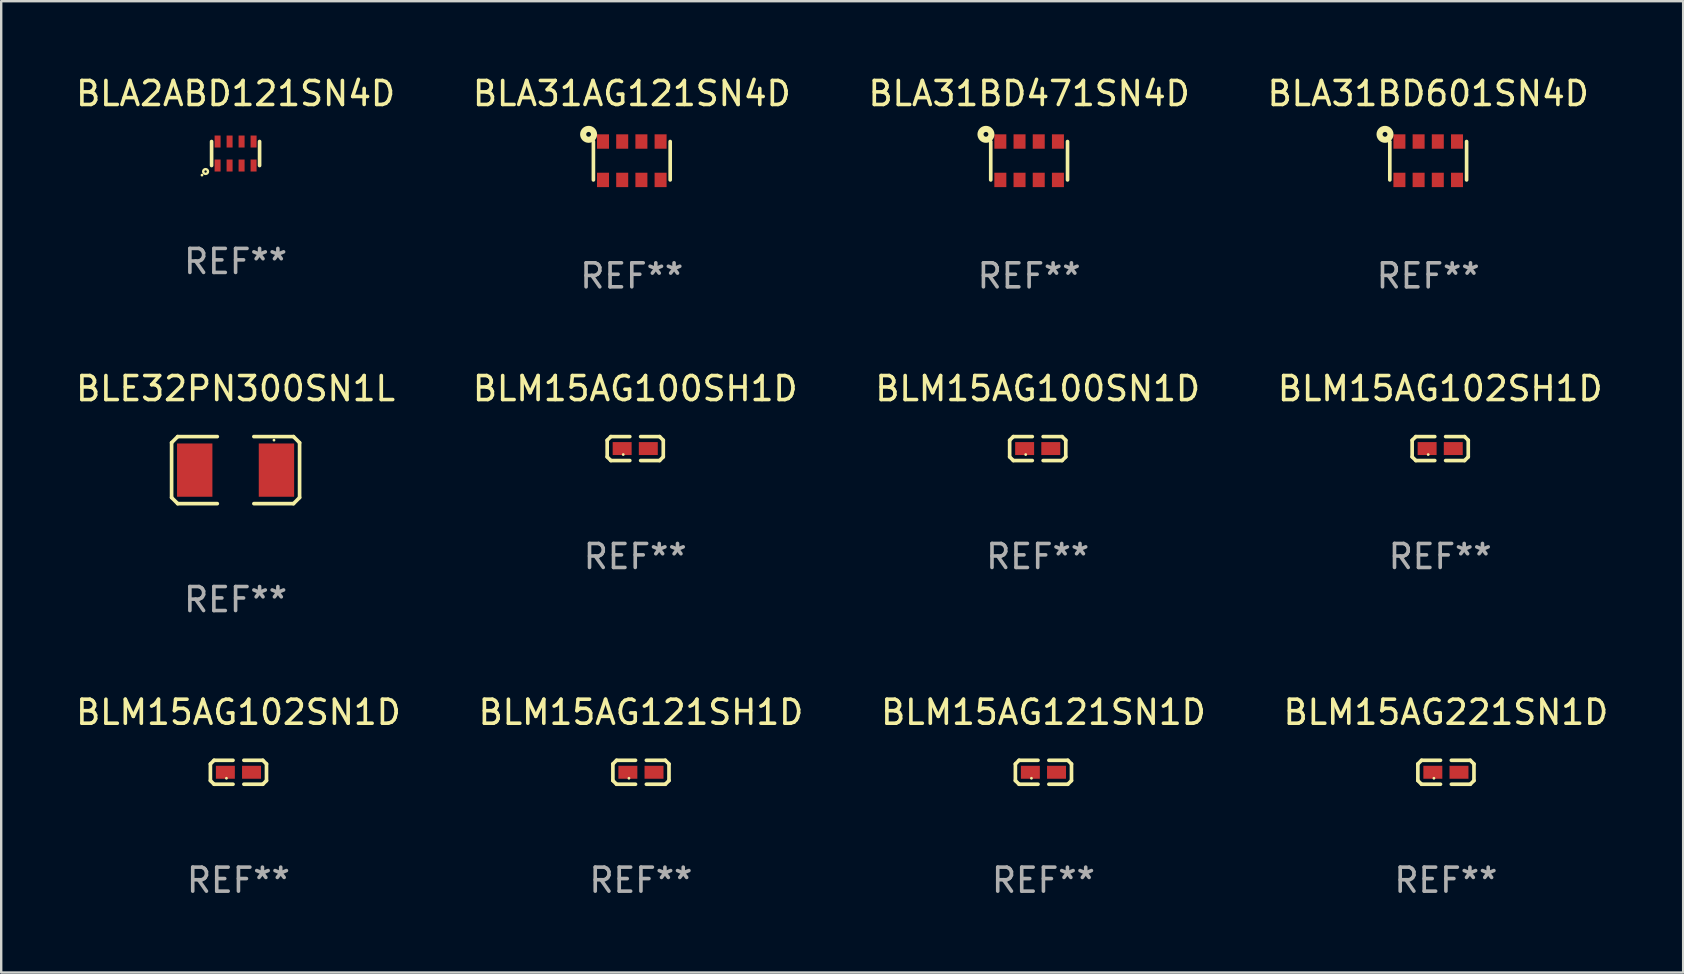
<source format=kicad_pcb>
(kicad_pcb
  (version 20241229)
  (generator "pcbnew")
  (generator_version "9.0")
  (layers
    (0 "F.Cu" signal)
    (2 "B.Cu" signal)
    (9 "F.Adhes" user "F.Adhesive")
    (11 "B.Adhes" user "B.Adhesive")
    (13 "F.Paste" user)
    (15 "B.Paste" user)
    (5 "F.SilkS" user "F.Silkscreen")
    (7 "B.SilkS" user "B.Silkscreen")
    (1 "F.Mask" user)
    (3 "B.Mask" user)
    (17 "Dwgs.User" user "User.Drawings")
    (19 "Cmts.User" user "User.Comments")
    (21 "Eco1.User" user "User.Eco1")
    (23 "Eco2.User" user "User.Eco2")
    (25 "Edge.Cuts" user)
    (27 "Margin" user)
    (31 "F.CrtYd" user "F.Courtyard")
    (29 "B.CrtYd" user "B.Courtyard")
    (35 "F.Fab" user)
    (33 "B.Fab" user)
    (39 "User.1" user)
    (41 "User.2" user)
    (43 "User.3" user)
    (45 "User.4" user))
  (footprint "BLE32PN300SN1L"
    (layer "F.Cu")
    (at 6.768 16.542)
    (property "Reference" "BLE32PN300SN1L" (at 0 -3.397 0) (layer "F.SilkS") (effects (font (size 1 1) (thickness 0.15))))
    (attr through_hole)
    (fp_line (start -2.667 -1.143) (end -2.413 -1.397) (stroke (width 0.152) (type solid)) (layer "F.SilkS"))
    (fp_line (start -2.667 1.143) (end -2.667 -1.143) (stroke (width 0.152) (type solid)) (layer "F.SilkS"))
    (fp_line (start -2.413 -1.397) (end -0.762 -1.397) (stroke (width 0.152) (type solid)) (layer "F.SilkS"))
    (fp_line (start -2.413 1.397) (end -2.667 1.143) (stroke (width 0.152) (type solid)) (layer "F.SilkS"))
    (fp_line (start -0.762 1.397) (end -2.413 1.397) (stroke (width 0.152) (type solid)) (layer "F.SilkS"))
    (fp_line (start 0.762 -1.397) (end 2.413 -1.397) (stroke (width 0.152) (type solid)) (layer "F.SilkS"))
    (fp_line (start 2.413 -1.397) (end 2.667 -1.143) (stroke (width 0.152) (type solid)) (layer "F.SilkS"))
    (fp_line (start 2.413 1.397) (end 0.762 1.397) (stroke (width 0.152) (type solid)) (layer "F.SilkS"))
    (fp_line (start 2.667 -1.143) (end 2.667 1.143) (stroke (width 0.152) (type solid)) (layer "F.SilkS"))
    (fp_line (start 2.667 1.143) (end 2.413 1.397) (stroke (width 0.152) (type solid)) (layer "F.SilkS"))
    (fp_circle (center 1.6 -1.25) (end 1.63 -1.25) (stroke (width 0.06) (type solid)) (fill no) (layer "F.SilkS"))
    (fp_text user "REF**" (at 0 5.397 0) (layer "F.Fab") (effects (font (size 1 1) (thickness 0.15))))
    (pad "1" smd rect (at 1.703 0) (size 1.474 2.22) (layers "F.Cu" "F.Mask" "F.Paste"))
    (pad "2" smd rect (at -1.703 0) (size 1.474 2.22) (layers "F.Cu" "F.Mask" "F.Paste")))
  (footprint "BLM15AG102SN1D"
    (layer "F.Cu")
    (at 6.887 29.134)
    (property "Reference" "BLM15AG102SN1D" (at 0 -2.499 0) (layer "F.SilkS") (effects (font (size 1 1) (thickness 0.15))))
    (attr through_hole)
    (fp_line (start -1.169 -0.346) (end -1.016 -0.499) (stroke (width 0.152) (type solid)) (layer "F.SilkS"))
    (fp_line (start -1.169 0.346) (end -1.169 -0.346) (stroke (width 0.152) (type solid)) (layer "F.SilkS"))
    (fp_line (start -1.016 -0.499) (end -0.226 -0.499) (stroke (width 0.152) (type solid)) (layer "F.SilkS"))
    (fp_line (start -1.016 0.499) (end -1.169 0.346) (stroke (width 0.152) (type solid)) (layer "F.SilkS"))
    (fp_line (start -0.226 0.499) (end -1.016 0.499) (stroke (width 0.152) (type solid)) (layer "F.SilkS"))
    (fp_line (start 0.226 0.499) (end 1.016 0.499) (stroke (width 0.152) (type solid)) (layer "F.SilkS"))
    (fp_line (start 1.016 -0.499) (end 0.226 -0.499) (stroke (width 0.152) (type solid)) (layer "F.SilkS"))
    (fp_line (start 1.016 0.499) (end 1.169 0.346) (stroke (width 0.152) (type solid)) (layer "F.SilkS"))
    (fp_line (start 1.169 -0.346) (end 1.016 -0.499) (stroke (width 0.152) (type solid)) (layer "F.SilkS"))
    (fp_line (start 1.169 0.346) (end 1.169 -0.346) (stroke (width 0.152) (type solid)) (layer "F.SilkS"))
    (fp_circle (center -0.5 0.25) (end -0.47 0.25) (stroke (width 0.06) (type solid)) (fill no) (layer "F.SilkS"))
    (fp_text user "REF**" (at 0 4.499 0) (layer "F.Fab") (effects (font (size 1 1) (thickness 0.15))))
    (pad "1" smd rect (at -0.545 0) (size 0.79 0.54) (layers "F.Cu" "F.Mask" "F.Paste"))
    (pad "2" smd rect (at 0.545 0) (size 0.79 0.54) (layers "F.Cu" "F.Mask" "F.Paste")))
  (footprint "BLA31BD601SN4D"
    (layer "F.Cu")
    (at 56.47 3.648)
    (property "Reference" "BLA31BD601SN4D" (at 0 -2.8 0) (layer "F.SilkS") (effects (font (size 1 1) (thickness 0.15))))
    (attr through_hole)
    (fp_line (start -1.6 -0.8) (end -1.6 0.8) (stroke (width 0.152) (type solid)) (layer "F.SilkS"))
    (fp_line (start 1.6 -0.8) (end 1.6 0.8) (stroke (width 0.152) (type solid)) (layer "F.SilkS"))
    (fp_circle (center -1.8 -1.1) (end -1.7 -1.1) (stroke (width 0.254) (type solid)) (fill no) (layer "F.SilkS"))
    (fp_circle (center -1.6 -0.8) (end -1.57 -0.8) (stroke (width 0.06) (type solid)) (fill no) (layer "F.SilkS"))
    (fp_text user "REF**" (at 0 4.8 0) (layer "F.Fab") (effects (font (size 1 1) (thickness 0.15))))
    (pad "1" smd rect (at -1.2 -0.8) (size 0.5 0.6) (layers "F.Cu" "F.Mask" "F.Paste"))
    (pad "2" smd rect (at -0.4 -0.8) (size 0.5 0.6) (layers "F.Cu" "F.Mask" "F.Paste"))
    (pad "3" smd rect (at 0.4 -0.8) (size 0.5 0.6) (layers "F.Cu" "F.Mask" "F.Paste"))
    (pad "4" smd rect (at 1.2 -0.8) (size 0.5 0.6) (layers "F.Cu" "F.Mask" "F.Paste"))
    (pad "5" smd rect (at -1.2 0.8) (size 0.5 0.6) (layers "F.Cu" "F.Mask" "F.Paste"))
    (pad "6" smd rect (at -0.4 0.8) (size 0.5 0.6) (layers "F.Cu" "F.Mask" "F.Paste"))
    (pad "7" smd rect (at 0.4 0.8) (size 0.5 0.6) (layers "F.Cu" "F.Mask" "F.Paste"))
    (pad "8" smd rect (at 1.2 0.8) (size 0.5 0.6) (layers "F.Cu" "F.Mask" "F.Paste")))
  (footprint "BLM15AG121SH1D"
    (layer "F.Cu")
    (at 23.661 29.134)
    (property "Reference" "BLM15AG121SH1D" (at 0 -2.499 0) (layer "F.SilkS") (effects (font (size 1 1) (thickness 0.15))))
    (attr through_hole)
    (fp_line (start -1.169 -0.346) (end -1.016 -0.499) (stroke (width 0.152) (type solid)) (layer "F.SilkS"))
    (fp_line (start -1.169 0.346) (end -1.169 -0.346) (stroke (width 0.152) (type solid)) (layer "F.SilkS"))
    (fp_line (start -1.016 -0.499) (end -0.226 -0.499) (stroke (width 0.152) (type solid)) (layer "F.SilkS"))
    (fp_line (start -1.016 0.499) (end -1.169 0.346) (stroke (width 0.152) (type solid)) (layer "F.SilkS"))
    (fp_line (start -0.226 0.499) (end -1.016 0.499) (stroke (width 0.152) (type solid)) (layer "F.SilkS"))
    (fp_line (start 0.226 0.499) (end 1.016 0.499) (stroke (width 0.152) (type solid)) (layer "F.SilkS"))
    (fp_line (start 1.016 -0.499) (end 0.226 -0.499) (stroke (width 0.152) (type solid)) (layer "F.SilkS"))
    (fp_line (start 1.016 0.499) (end 1.169 0.346) (stroke (width 0.152) (type solid)) (layer "F.SilkS"))
    (fp_line (start 1.169 -0.346) (end 1.016 -0.499) (stroke (width 0.152) (type solid)) (layer "F.SilkS"))
    (fp_line (start 1.169 0.346) (end 1.169 -0.346) (stroke (width 0.152) (type solid)) (layer "F.SilkS"))
    (fp_circle (center -0.5 0.25) (end -0.47 0.25) (stroke (width 0.06) (type solid)) (fill no) (layer "F.SilkS"))
    (fp_text user "REF**" (at 0 4.499 0) (layer "F.Fab") (effects (font (size 1 1) (thickness 0.15))))
    (pad "1" smd rect (at -0.545 0) (size 0.79 0.54) (layers "F.Cu" "F.Mask" "F.Paste"))
    (pad "2" smd rect (at 0.545 0) (size 0.79 0.54) (layers "F.Cu" "F.Mask" "F.Paste")))
  (footprint "BLA31AG121SN4D"
    (layer "F.Cu")
    (at 23.28 3.648)
    (property "Reference" "BLA31AG121SN4D" (at 0 -2.8 0) (layer "F.SilkS") (effects (font (size 1 1) (thickness 0.15))))
    (attr through_hole)
    (fp_line (start -1.6 -0.8) (end -1.6 0.8) (stroke (width 0.152) (type solid)) (layer "F.SilkS"))
    (fp_line (start 1.6 -0.8) (end 1.6 0.8) (stroke (width 0.152) (type solid)) (layer "F.SilkS"))
    (fp_circle (center -1.8 -1.1) (end -1.7 -1.1) (stroke (width 0.254) (type solid)) (fill no) (layer "F.SilkS"))
    (fp_circle (center -1.6 -0.8) (end -1.57 -0.8) (stroke (width 0.06) (type solid)) (fill no) (layer "F.SilkS"))
    (fp_text user "REF**" (at 0 4.8 0) (layer "F.Fab") (effects (font (size 1 1) (thickness 0.15))))
    (pad "1" smd rect (at -1.2 -0.8) (size 0.5 0.6) (layers "F.Cu" "F.Mask" "F.Paste"))
    (pad "2" smd rect (at -0.4 -0.8) (size 0.5 0.6) (layers "F.Cu" "F.Mask" "F.Paste"))
    (pad "3" smd rect (at 0.4 -0.8) (size 0.5 0.6) (layers "F.Cu" "F.Mask" "F.Paste"))
    (pad "4" smd rect (at 1.2 -0.8) (size 0.5 0.6) (layers "F.Cu" "F.Mask" "F.Paste"))
    (pad "5" smd rect (at -1.2 0.8) (size 0.5 0.6) (layers "F.Cu" "F.Mask" "F.Paste"))
    (pad "6" smd rect (at -0.4 0.8) (size 0.5 0.6) (layers "F.Cu" "F.Mask" "F.Paste"))
    (pad "7" smd rect (at 0.4 0.8) (size 0.5 0.6) (layers "F.Cu" "F.Mask" "F.Paste"))
    (pad "8" smd rect (at 1.2 0.8) (size 0.5 0.6) (layers "F.Cu" "F.Mask" "F.Paste")))
  (footprint "BLM15AG100SH1D"
    (layer "F.Cu")
    (at 23.423 15.644)
    (property "Reference" "BLM15AG100SH1D" (at 0 -2.499 0) (layer "F.SilkS") (effects (font (size 1 1) (thickness 0.15))))
    (attr through_hole)
    (fp_line (start -1.169 -0.346) (end -1.016 -0.499) (stroke (width 0.152) (type solid)) (layer "F.SilkS"))
    (fp_line (start -1.169 0.346) (end -1.169 -0.346) (stroke (width 0.152) (type solid)) (layer "F.SilkS"))
    (fp_line (start -1.016 -0.499) (end -0.226 -0.499) (stroke (width 0.152) (type solid)) (layer "F.SilkS"))
    (fp_line (start -1.016 0.499) (end -1.169 0.346) (stroke (width 0.152) (type solid)) (layer "F.SilkS"))
    (fp_line (start -0.226 0.499) (end -1.016 0.499) (stroke (width 0.152) (type solid)) (layer "F.SilkS"))
    (fp_line (start 0.226 0.499) (end 1.016 0.499) (stroke (width 0.152) (type solid)) (layer "F.SilkS"))
    (fp_line (start 1.016 -0.499) (end 0.226 -0.499) (stroke (width 0.152) (type solid)) (layer "F.SilkS"))
    (fp_line (start 1.016 0.499) (end 1.169 0.346) (stroke (width 0.152) (type solid)) (layer "F.SilkS"))
    (fp_line (start 1.169 -0.346) (end 1.016 -0.499) (stroke (width 0.152) (type solid)) (layer "F.SilkS"))
    (fp_line (start 1.169 0.346) (end 1.169 -0.346) (stroke (width 0.152) (type solid)) (layer "F.SilkS"))
    (fp_circle (center -0.5 0.25) (end -0.47 0.25) (stroke (width 0.06) (type solid)) (fill no) (layer "F.SilkS"))
    (fp_text user "REF**" (at 0 4.499 0) (layer "F.Fab") (effects (font (size 1 1) (thickness 0.15))))
    (pad "1" smd rect (at -0.545 0) (size 0.79 0.54) (layers "F.Cu" "F.Mask" "F.Paste"))
    (pad "2" smd rect (at 0.545 0) (size 0.79 0.54) (layers "F.Cu" "F.Mask" "F.Paste")))
  (footprint "BLM15AG221SN1D"
    (layer "F.Cu")
    (at 57.208 29.134)
    (property "Reference" "BLM15AG221SN1D" (at 0 -2.499 0) (layer "F.SilkS") (effects (font (size 1 1) (thickness 0.15))))
    (attr through_hole)
    (fp_line (start -1.169 -0.346) (end -1.016 -0.499) (stroke (width 0.152) (type solid)) (layer "F.SilkS"))
    (fp_line (start -1.169 0.346) (end -1.169 -0.346) (stroke (width 0.152) (type solid)) (layer "F.SilkS"))
    (fp_line (start -1.016 -0.499) (end -0.226 -0.499) (stroke (width 0.152) (type solid)) (layer "F.SilkS"))
    (fp_line (start -1.016 0.499) (end -1.169 0.346) (stroke (width 0.152) (type solid)) (layer "F.SilkS"))
    (fp_line (start -0.226 0.499) (end -1.016 0.499) (stroke (width 0.152) (type solid)) (layer "F.SilkS"))
    (fp_line (start 0.226 0.499) (end 1.016 0.499) (stroke (width 0.152) (type solid)) (layer "F.SilkS"))
    (fp_line (start 1.016 -0.499) (end 0.226 -0.499) (stroke (width 0.152) (type solid)) (layer "F.SilkS"))
    (fp_line (start 1.016 0.499) (end 1.169 0.346) (stroke (width 0.152) (type solid)) (layer "F.SilkS"))
    (fp_line (start 1.169 -0.346) (end 1.016 -0.499) (stroke (width 0.152) (type solid)) (layer "F.SilkS"))
    (fp_line (start 1.169 0.346) (end 1.169 -0.346) (stroke (width 0.152) (type solid)) (layer "F.SilkS"))
    (fp_circle (center -0.5 0.25) (end -0.47 0.25) (stroke (width 0.06) (type solid)) (fill no) (layer "F.SilkS"))
    (fp_text user "REF**" (at 0 4.499 0) (layer "F.Fab") (effects (font (size 1 1) (thickness 0.15))))
    (pad "1" smd rect (at -0.545 0) (size 0.79 0.54) (layers "F.Cu" "F.Mask" "F.Paste"))
    (pad "2" smd rect (at 0.545 0) (size 0.79 0.54) (layers "F.Cu" "F.Mask" "F.Paste")))
  (footprint "BLA31BD471SN4D"
    (layer "F.Cu")
    (at 39.839 3.648)
    (property "Reference" "BLA31BD471SN4D" (at 0 -2.8 0) (layer "F.SilkS") (effects (font (size 1 1) (thickness 0.15))))
    (attr through_hole)
    (fp_line (start -1.6 -0.8) (end -1.6 0.8) (stroke (width 0.152) (type solid)) (layer "F.SilkS"))
    (fp_line (start 1.6 -0.8) (end 1.6 0.8) (stroke (width 0.152) (type solid)) (layer "F.SilkS"))
    (fp_circle (center -1.8 -1.1) (end -1.7 -1.1) (stroke (width 0.254) (type solid)) (fill no) (layer "F.SilkS"))
    (fp_circle (center -1.6 -0.8) (end -1.57 -0.8) (stroke (width 0.06) (type solid)) (fill no) (layer "F.SilkS"))
    (fp_text user "REF**" (at 0 4.8 0) (layer "F.Fab") (effects (font (size 1 1) (thickness 0.15))))
    (pad "1" smd rect (at -1.2 -0.8) (size 0.5 0.6) (layers "F.Cu" "F.Mask" "F.Paste"))
    (pad "2" smd rect (at -0.4 -0.8) (size 0.5 0.6) (layers "F.Cu" "F.Mask" "F.Paste"))
    (pad "3" smd rect (at 0.4 -0.8) (size 0.5 0.6) (layers "F.Cu" "F.Mask" "F.Paste"))
    (pad "4" smd rect (at 1.2 -0.8) (size 0.5 0.6) (layers "F.Cu" "F.Mask" "F.Paste"))
    (pad "5" smd rect (at -1.2 0.8) (size 0.5 0.6) (layers "F.Cu" "F.Mask" "F.Paste"))
    (pad "6" smd rect (at -0.4 0.8) (size 0.5 0.6) (layers "F.Cu" "F.Mask" "F.Paste"))
    (pad "7" smd rect (at 0.4 0.8) (size 0.5 0.6) (layers "F.Cu" "F.Mask" "F.Paste"))
    (pad "8" smd rect (at 1.2 0.8) (size 0.5 0.6) (layers "F.Cu" "F.Mask" "F.Paste")))
  (footprint "BLM15AG102SH1D"
    (layer "F.Cu")
    (at 56.97 15.644)
    (property "Reference" "BLM15AG102SH1D" (at 0 -2.499 0) (layer "F.SilkS") (effects (font (size 1 1) (thickness 0.15))))
    (attr through_hole)
    (fp_line (start -1.169 -0.346) (end -1.016 -0.499) (stroke (width 0.152) (type solid)) (layer "F.SilkS"))
    (fp_line (start -1.169 0.346) (end -1.169 -0.346) (stroke (width 0.152) (type solid)) (layer "F.SilkS"))
    (fp_line (start -1.016 -0.499) (end -0.226 -0.499) (stroke (width 0.152) (type solid)) (layer "F.SilkS"))
    (fp_line (start -1.016 0.499) (end -1.169 0.346) (stroke (width 0.152) (type solid)) (layer "F.SilkS"))
    (fp_line (start -0.226 0.499) (end -1.016 0.499) (stroke (width 0.152) (type solid)) (layer "F.SilkS"))
    (fp_line (start 0.226 0.499) (end 1.016 0.499) (stroke (width 0.152) (type solid)) (layer "F.SilkS"))
    (fp_line (start 1.016 -0.499) (end 0.226 -0.499) (stroke (width 0.152) (type solid)) (layer "F.SilkS"))
    (fp_line (start 1.016 0.499) (end 1.169 0.346) (stroke (width 0.152) (type solid)) (layer "F.SilkS"))
    (fp_line (start 1.169 -0.346) (end 1.016 -0.499) (stroke (width 0.152) (type solid)) (layer "F.SilkS"))
    (fp_line (start 1.169 0.346) (end 1.169 -0.346) (stroke (width 0.152) (type solid)) (layer "F.SilkS"))
    (fp_circle (center -0.5 0.25) (end -0.47 0.25) (stroke (width 0.06) (type solid)) (fill no) (layer "F.SilkS"))
    (fp_text user "REF**" (at 0 4.499 0) (layer "F.Fab") (effects (font (size 1 1) (thickness 0.15))))
    (pad "1" smd rect (at -0.545 0) (size 0.79 0.54) (layers "F.Cu" "F.Mask" "F.Paste"))
    (pad "2" smd rect (at 0.545 0) (size 0.79 0.54) (layers "F.Cu" "F.Mask" "F.Paste")))
  (footprint "BLM15AG100SN1D"
    (layer "F.Cu")
    (at 40.196 15.644)
    (property "Reference" "BLM15AG100SN1D" (at 0 -2.499 0) (layer "F.SilkS") (effects (font (size 1 1) (thickness 0.15))))
    (attr through_hole)
    (fp_line (start -1.169 -0.346) (end -1.016 -0.499) (stroke (width 0.152) (type solid)) (layer "F.SilkS"))
    (fp_line (start -1.169 0.346) (end -1.169 -0.346) (stroke (width 0.152) (type solid)) (layer "F.SilkS"))
    (fp_line (start -1.016 -0.499) (end -0.226 -0.499) (stroke (width 0.152) (type solid)) (layer "F.SilkS"))
    (fp_line (start -1.016 0.499) (end -1.169 0.346) (stroke (width 0.152) (type solid)) (layer "F.SilkS"))
    (fp_line (start -0.226 0.499) (end -1.016 0.499) (stroke (width 0.152) (type solid)) (layer "F.SilkS"))
    (fp_line (start 0.226 0.499) (end 1.016 0.499) (stroke (width 0.152) (type solid)) (layer "F.SilkS"))
    (fp_line (start 1.016 -0.499) (end 0.226 -0.499) (stroke (width 0.152) (type solid)) (layer "F.SilkS"))
    (fp_line (start 1.016 0.499) (end 1.169 0.346) (stroke (width 0.152) (type solid)) (layer "F.SilkS"))
    (fp_line (start 1.169 -0.346) (end 1.016 -0.499) (stroke (width 0.152) (type solid)) (layer "F.SilkS"))
    (fp_line (start 1.169 0.346) (end 1.169 -0.346) (stroke (width 0.152) (type solid)) (layer "F.SilkS"))
    (fp_circle (center -0.5 0.25) (end -0.47 0.25) (stroke (width 0.06) (type solid)) (fill no) (layer "F.SilkS"))
    (fp_text user "REF**" (at 0 4.499 0) (layer "F.Fab") (effects (font (size 1 1) (thickness 0.15))))
    (pad "1" smd rect (at -0.545 0) (size 0.79 0.54) (layers "F.Cu" "F.Mask" "F.Paste"))
    (pad "2" smd rect (at 0.545 0) (size 0.79 0.54) (layers "F.Cu" "F.Mask" "F.Paste")))
  (footprint "BLA2ABD121SN4D"
    (layer "F.Cu")
    (at 6.768 3.348)
    (property "Reference" "BLA2ABD121SN4D" (at 0 -2.5 0) (layer "F.SilkS") (effects (font (size 1 1) (thickness 0.15))))
    (attr through_hole)
    (fp_line (start -1 -0.5) (end -1 0.5) (stroke (width 0.152) (type solid)) (layer "F.SilkS"))
    (fp_line (start 1 -0.5) (end 1 0.5) (stroke (width 0.152) (type solid)) (layer "F.SilkS"))
    (fp_circle (center -1.4 0.9) (end -1.37 0.9) (stroke (width 0.06) (type solid)) (fill no) (layer "F.SilkS"))
    (fp_circle (center -1.25 0.75) (end -1.15 0.75) (stroke (width 0.1) (type solid)) (fill no) (layer "F.SilkS"))
    (fp_text user "REF**" (at 0 4.5 0) (layer "F.Fab") (effects (font (size 1 1) (thickness 0.15))))
    (pad "1" smd rect (at -0.75 0.5 180) (size 0.25 0.5) (layers "F.Cu" "F.Mask" "F.Paste"))
    (pad "2" smd rect (at -0.25 0.5 180) (size 0.25 0.5) (layers "F.Cu" "F.Mask" "F.Paste"))
    (pad "3" smd rect (at 0.25 0.5 180) (size 0.25 0.5) (layers "F.Cu" "F.Mask" "F.Paste"))
    (pad "4" smd rect (at 0.75 0.5 180) (size 0.25 0.5) (layers "F.Cu" "F.Mask" "F.Paste"))
    (pad "5" smd rect (at 0.75 -0.5) (size 0.25 0.5) (layers "F.Cu" "F.Mask" "F.Paste"))
    (pad "6" smd rect (at 0.25 -0.5) (size 0.25 0.5) (layers "F.Cu" "F.Mask" "F.Paste"))
    (pad "7" smd rect (at -0.25 -0.5) (size 0.25 0.5) (layers "F.Cu" "F.Mask" "F.Paste"))
    (pad "8" smd rect (at -0.75 -0.5) (size 0.25 0.5) (layers "F.Cu" "F.Mask" "F.Paste")))
  (footprint "BLM15AG121SN1D"
    (layer "F.Cu")
    (at 40.435 29.134)
    (property "Reference" "BLM15AG121SN1D" (at 0 -2.499 0) (layer "F.SilkS") (effects (font (size 1 1) (thickness 0.15))))
    (attr through_hole)
    (fp_line (start -1.169 -0.346) (end -1.016 -0.499) (stroke (width 0.152) (type solid)) (layer "F.SilkS"))
    (fp_line (start -1.169 0.346) (end -1.169 -0.346) (stroke (width 0.152) (type solid)) (layer "F.SilkS"))
    (fp_line (start -1.016 -0.499) (end -0.226 -0.499) (stroke (width 0.152) (type solid)) (layer "F.SilkS"))
    (fp_line (start -1.016 0.499) (end -1.169 0.346) (stroke (width 0.152) (type solid)) (layer "F.SilkS"))
    (fp_line (start -0.226 0.499) (end -1.016 0.499) (stroke (width 0.152) (type solid)) (layer "F.SilkS"))
    (fp_line (start 0.226 0.499) (end 1.016 0.499) (stroke (width 0.152) (type solid)) (layer "F.SilkS"))
    (fp_line (start 1.016 -0.499) (end 0.226 -0.499) (stroke (width 0.152) (type solid)) (layer "F.SilkS"))
    (fp_line (start 1.016 0.499) (end 1.169 0.346) (stroke (width 0.152) (type solid)) (layer "F.SilkS"))
    (fp_line (start 1.169 -0.346) (end 1.016 -0.499) (stroke (width 0.152) (type solid)) (layer "F.SilkS"))
    (fp_line (start 1.169 0.346) (end 1.169 -0.346) (stroke (width 0.152) (type solid)) (layer "F.SilkS"))
    (fp_circle (center -0.5 0.25) (end -0.47 0.25) (stroke (width 0.06) (type solid)) (fill no) (layer "F.SilkS"))
    (fp_text user "REF**" (at 0 4.499 0) (layer "F.Fab") (effects (font (size 1 1) (thickness 0.15))))
    (pad "1" smd rect (at -0.545 0) (size 0.79 0.54) (layers "F.Cu" "F.Mask" "F.Paste"))
    (pad "2" smd rect (at 0.545 0) (size 0.79 0.54) (layers "F.Cu" "F.Mask" "F.Paste")))
  (gr_rect
    (start -3 -3)
    (end 67.095 37.481)
    (stroke (width 0.1) (type default))
    (fill no)
    (layer "Edge.Cuts")))
</source>
